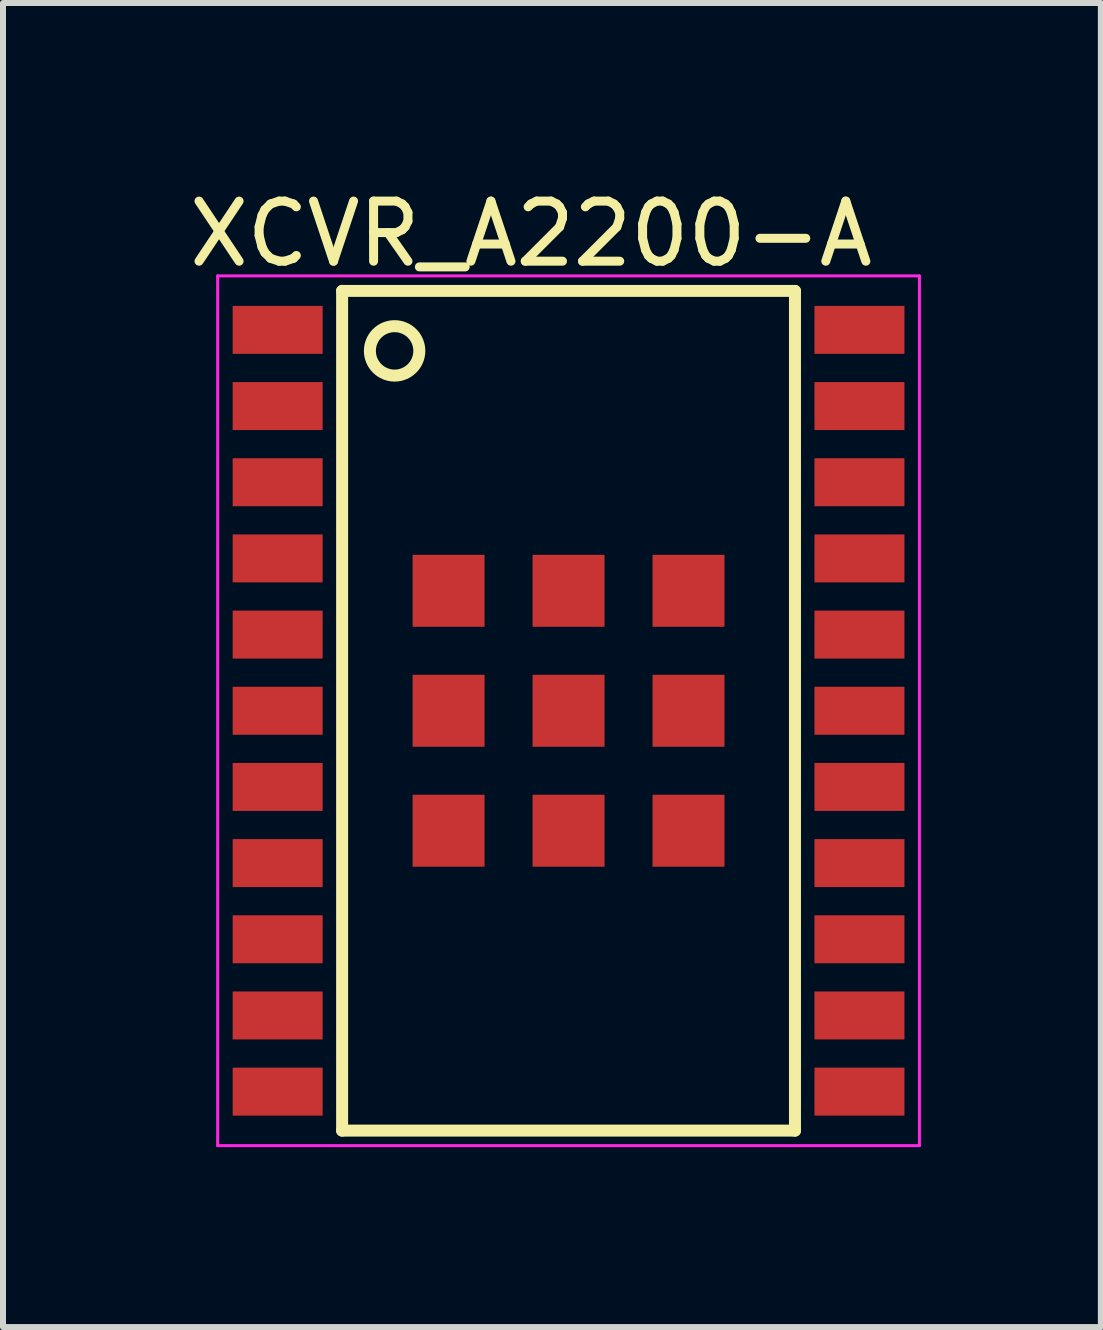
<source format=kicad_pcb>
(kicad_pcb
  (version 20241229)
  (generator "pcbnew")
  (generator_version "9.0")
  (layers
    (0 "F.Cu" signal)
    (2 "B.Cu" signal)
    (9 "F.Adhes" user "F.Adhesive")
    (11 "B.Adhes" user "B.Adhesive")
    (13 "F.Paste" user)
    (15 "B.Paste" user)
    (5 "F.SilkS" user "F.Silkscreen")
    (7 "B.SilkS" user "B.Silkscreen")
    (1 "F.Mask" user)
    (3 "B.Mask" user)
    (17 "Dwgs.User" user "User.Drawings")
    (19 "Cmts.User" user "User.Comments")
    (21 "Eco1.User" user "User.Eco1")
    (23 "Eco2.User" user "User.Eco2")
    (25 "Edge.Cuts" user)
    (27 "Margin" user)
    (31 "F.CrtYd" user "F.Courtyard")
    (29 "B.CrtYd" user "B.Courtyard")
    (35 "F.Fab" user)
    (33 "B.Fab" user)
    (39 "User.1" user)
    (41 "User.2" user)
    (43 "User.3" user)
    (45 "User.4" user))
  (footprint "XCVR_A2200-A"
    (layer "F.Cu")
    (at 6.429 8.8)
    (property "Reference" "XCVR_A2200-A" (at -0.626 -7.951 0) (layer "F.SilkS") (effects (font (size 1.002 1.002) (thickness 0.15))))
    (attr smd)
    (fp_line (start -3.775 -7) (end 3.775 -7) (stroke (width 0.2) (type solid)) (layer "F.SilkS"))
    (fp_line (start -3.775 7) (end -3.775 -7) (stroke (width 0.2) (type solid)) (layer "F.SilkS"))
    (fp_line (start 3.775 -7) (end 3.775 7) (stroke (width 0.2) (type solid)) (layer "F.SilkS"))
    (fp_line (start 3.775 7) (end -3.775 7) (stroke (width 0.2) (type solid)) (layer "F.SilkS"))
    (fp_circle (center -2.9 -6) (end -2.488 -6) (stroke (width 0.2) (type solid)) (fill no) (layer "F.SilkS"))
    (fp_line (start -5.85 -7.25) (end 5.85 -7.25) (stroke (width 0.05) (type solid)) (layer "F.CrtYd"))
    (fp_line (start -5.85 7.25) (end -5.85 -7.25) (stroke (width 0.05) (type solid)) (layer "F.CrtYd"))
    (fp_line (start 5.85 -7.25) (end 5.85 7.25) (stroke (width 0.05) (type solid)) (layer "F.CrtYd"))
    (fp_line (start 5.85 7.25) (end -5.85 7.25) (stroke (width 0.05) (type solid)) (layer "F.CrtYd"))
    (pad "1" smd rect (at -4.85 -6.35) (size 1.5 0.8) (layers "F.Cu" "F.Mask" "F.Paste"))
    (pad "2" smd rect (at -4.85 -5.08) (size 1.5 0.8) (layers "F.Cu" "F.Mask" "F.Paste"))
    (pad "3" smd rect (at -4.85 -3.81) (size 1.5 0.8) (layers "F.Cu" "F.Mask" "F.Paste"))
    (pad "4" smd rect (at -4.85 -2.54) (size 1.5 0.8) (layers "F.Cu" "F.Mask" "F.Paste"))
    (pad "5" smd rect (at -4.85 -1.27) (size 1.5 0.8) (layers "F.Cu" "F.Mask" "F.Paste"))
    (pad "6" smd rect (at -4.85 0) (size 1.5 0.8) (layers "F.Cu" "F.Mask" "F.Paste"))
    (pad "7" smd rect (at -4.85 1.27) (size 1.5 0.8) (layers "F.Cu" "F.Mask" "F.Paste"))
    (pad "8" smd rect (at -4.85 2.54) (size 1.5 0.8) (layers "F.Cu" "F.Mask" "F.Paste"))
    (pad "9" smd rect (at -4.85 3.81) (size 1.5 0.8) (layers "F.Cu" "F.Mask" "F.Paste"))
    (pad "10" smd rect (at -4.85 5.08) (size 1.5 0.8) (layers "F.Cu" "F.Mask" "F.Paste"))
    (pad "11" smd rect (at -4.85 6.35) (size 1.5 0.8) (layers "F.Cu" "F.Mask" "F.Paste"))
    (pad "12" smd rect (at 4.85 6.35 180) (size 1.5 0.8) (layers "F.Cu" "F.Mask" "F.Paste"))
    (pad "13" smd rect (at 4.85 5.08 180) (size 1.5 0.8) (layers "F.Cu" "F.Mask" "F.Paste"))
    (pad "14" smd rect (at 4.85 3.81 180) (size 1.5 0.8) (layers "F.Cu" "F.Mask" "F.Paste"))
    (pad "15" smd rect (at 4.85 2.54 180) (size 1.5 0.8) (layers "F.Cu" "F.Mask" "F.Paste"))
    (pad "16" smd rect (at 4.85 1.27 180) (size 1.5 0.8) (layers "F.Cu" "F.Mask" "F.Paste"))
    (pad "17" smd rect (at 4.85 0 180) (size 1.5 0.8) (layers "F.Cu" "F.Mask" "F.Paste"))
    (pad "18" smd rect (at 4.85 -1.27 180) (size 1.5 0.8) (layers "F.Cu" "F.Mask" "F.Paste"))
    (pad "19" smd rect (at 4.85 -2.54 180) (size 1.5 0.8) (layers "F.Cu" "F.Mask" "F.Paste"))
    (pad "20" smd rect (at 4.85 -3.81 180) (size 1.5 0.8) (layers "F.Cu" "F.Mask" "F.Paste"))
    (pad "21" smd rect (at 4.85 -5.08 180) (size 1.5 0.8) (layers "F.Cu" "F.Mask" "F.Paste"))
    (pad "22" smd rect (at 4.85 -6.35 180) (size 1.5 0.8) (layers "F.Cu" "F.Mask" "F.Paste"))
    (pad "23" smd rect (at -2 -2) (size 1.2 1.2) (layers "F.Cu" "F.Mask" "F.Paste"))
    (pad "24" smd rect (at -2 0) (size 1.2 1.2) (layers "F.Cu" "F.Mask" "F.Paste"))
    (pad "25" smd rect (at -2 2) (size 1.2 1.2) (layers "F.Cu" "F.Mask" "F.Paste"))
    (pad "26" smd rect (at 0 2) (size 1.2 1.2) (layers "F.Cu" "F.Mask" "F.Paste"))
    (pad "27" smd rect (at 0 0) (size 1.2 1.2) (layers "F.Cu" "F.Mask" "F.Paste"))
    (pad "28" smd rect (at 0 -2) (size 1.2 1.2) (layers "F.Cu" "F.Mask" "F.Paste"))
    (pad "29" smd rect (at 2 -2) (size 1.2 1.2) (layers "F.Cu" "F.Mask" "F.Paste"))
    (pad "30" smd rect (at 2 0) (size 1.2 1.2) (layers "F.Cu" "F.Mask" "F.Paste"))
    (pad "31" smd rect (at 2 2) (size 1.2 1.2) (layers "F.Cu" "F.Mask" "F.Paste")))
  (gr_rect
    (start -3 -3)
    (end 15.304 19.075)
    (stroke (width 0.1) (type default))
    (fill no)
    (layer "Edge.Cuts")))
</source>
